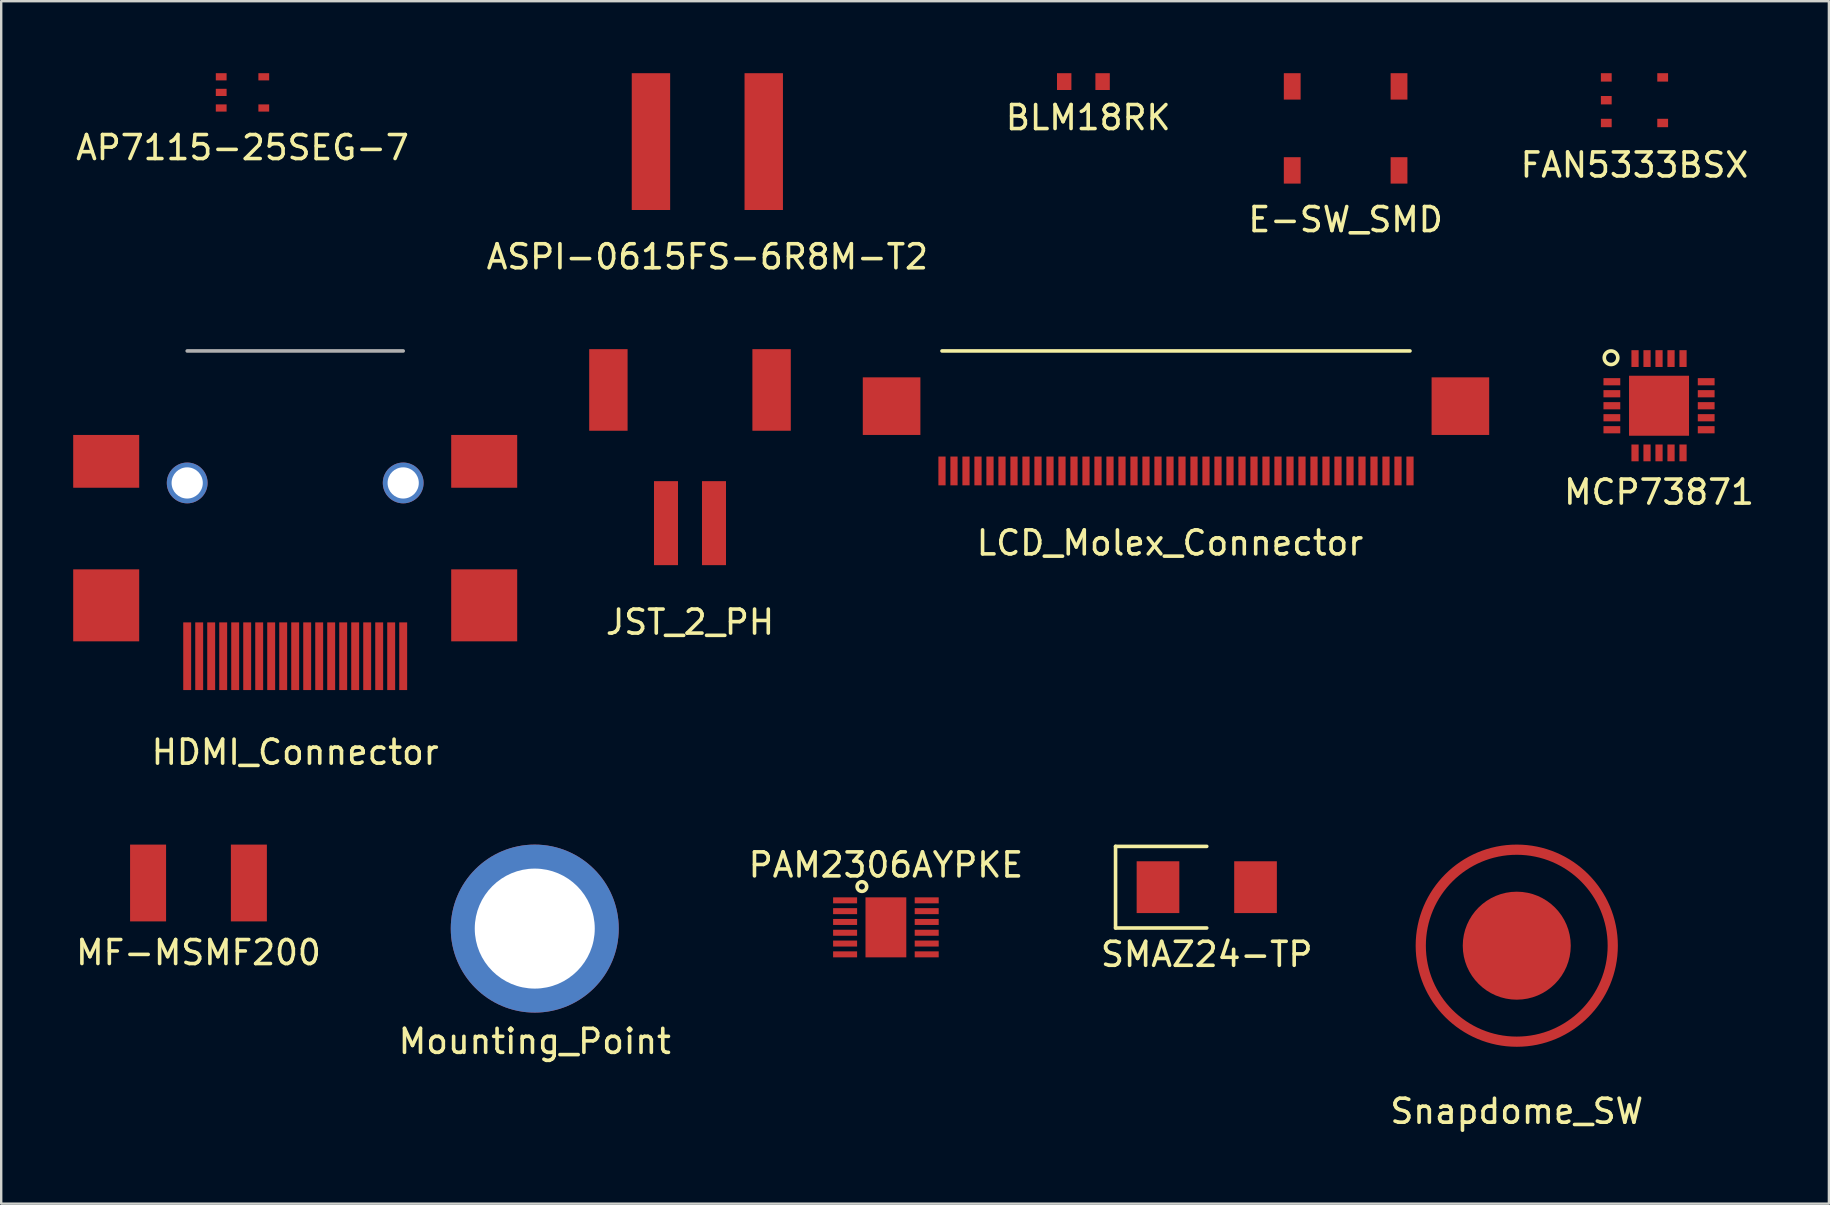
<source format=kicad_pcb>
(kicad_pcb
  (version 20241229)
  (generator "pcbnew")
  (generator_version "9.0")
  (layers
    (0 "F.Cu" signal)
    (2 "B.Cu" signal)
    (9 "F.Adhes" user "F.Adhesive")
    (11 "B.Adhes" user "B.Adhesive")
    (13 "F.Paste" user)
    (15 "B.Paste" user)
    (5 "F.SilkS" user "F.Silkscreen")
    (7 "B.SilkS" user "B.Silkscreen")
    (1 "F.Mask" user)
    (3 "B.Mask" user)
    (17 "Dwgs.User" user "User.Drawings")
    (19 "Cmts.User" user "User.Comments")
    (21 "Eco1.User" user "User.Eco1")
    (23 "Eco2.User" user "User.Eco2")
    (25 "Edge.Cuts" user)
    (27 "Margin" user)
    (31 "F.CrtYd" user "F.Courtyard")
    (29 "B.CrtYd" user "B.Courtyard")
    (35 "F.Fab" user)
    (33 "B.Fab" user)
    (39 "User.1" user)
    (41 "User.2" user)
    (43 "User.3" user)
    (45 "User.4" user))
  (footprint "FAN5333BSX"
    (layer "F.Cu")
    (at 65.054 1.125)
    (property "Reference" "FAN5333BSX" (at 0 2.7 0) (layer "F.SilkS") (effects (font (size 1 1) (thickness 0.15))))
    (attr through_hole)
    (pad "1" smd rect (at -1.175 -0.95) (size 0.45 0.35) (layers "F.Cu" "F.Mask" "F.Paste"))
    (pad "2" smd rect (at -1.175 0) (size 0.45 0.35) (layers "F.Cu" "F.Mask" "F.Paste"))
    (pad "3" smd rect (at -1.175 0.95) (size 0.45 0.35) (layers "F.Cu" "F.Mask" "F.Paste"))
    (pad "4" smd rect (at 1.175 0.95) (size 0.45 0.35) (layers "F.Cu" "F.Mask" "F.Paste"))
    (pad "5" smd rect (at 1.175 -0.95) (size 0.45 0.35) (layers "F.Cu" "F.Mask" "F.Paste")))
  (footprint "MCP73871"
    (layer "F.Cu")
    (at 66.077 13.856)
    (property "Reference" "MCP73871" (at 0 3.6 0) (layer "F.SilkS") (effects (font (size 1 1) (thickness 0.15))))
    (attr through_hole)
    (fp_circle (center -2 -2) (end -1.8 -1.8) (stroke (width 0.15) (type solid)) (fill no) (layer "F.SilkS"))
    (pad "1" smd rect (at -1.965 -1) (size 0.7 0.3) (layers "F.Cu" "F.Mask" "F.Paste"))
    (pad "2" smd rect (at -1.965 -0.5) (size 0.7 0.3) (layers "F.Cu" "F.Mask" "F.Paste"))
    (pad "3" smd rect (at -1.965 0) (size 0.7 0.3) (layers "F.Cu" "F.Mask" "F.Paste"))
    (pad "4" smd rect (at -1.965 0.5) (size 0.7 0.3) (layers "F.Cu" "F.Mask" "F.Paste"))
    (pad "5" smd rect (at -1.965 1) (size 0.7 0.3) (layers "F.Cu" "F.Mask" "F.Paste"))
    (pad "6" smd rect (at -1 1.965) (size 0.3 0.7) (layers "F.Cu" "F.Mask" "F.Paste"))
    (pad "7" smd rect (at -0.5 1.965) (size 0.3 0.7) (layers "F.Cu" "F.Mask" "F.Paste"))
    (pad "8" smd rect (at 0 1.965) (size 0.3 0.7) (layers "F.Cu" "F.Mask" "F.Paste"))
    (pad "9" smd rect (at 0.5 1.965) (size 0.3 0.7) (layers "F.Cu" "F.Mask" "F.Paste"))
    (pad "10" smd rect (at 1 1.965) (size 0.3 0.7) (layers "F.Cu" "F.Mask" "F.Paste"))
    (pad "11" smd rect (at 1.965 1) (size 0.7 0.3) (layers "F.Cu" "F.Mask" "F.Paste"))
    (pad "12" smd rect (at 1.965 0.5) (size 0.7 0.3) (layers "F.Cu" "F.Mask" "F.Paste"))
    (pad "13" smd rect (at 1.965 0) (size 0.7 0.3) (layers "F.Cu" "F.Mask" "F.Paste"))
    (pad "14" smd rect (at 1.965 -0.5) (size 0.7 0.3) (layers "F.Cu" "F.Mask" "F.Paste"))
    (pad "15" smd rect (at 1.965 -1) (size 0.7 0.3) (layers "F.Cu" "F.Mask" "F.Paste"))
    (pad "16" smd rect (at 1 -1.965) (size 0.3 0.7) (layers "F.Cu" "F.Mask" "F.Paste"))
    (pad "17" smd rect (at 0.5 -1.965) (size 0.3 0.7) (layers "F.Cu" "F.Mask" "F.Paste"))
    (pad "18" smd rect (at 0 -1.965) (size 0.3 0.7) (layers "F.Cu" "F.Mask" "F.Paste"))
    (pad "19" smd rect (at -0.5 -1.965) (size 0.3 0.7) (layers "F.Cu" "F.Mask" "F.Paste"))
    (pad "20" smd rect (at -1 -1.965) (size 0.3 0.7) (layers "F.Cu" "F.Mask" "F.Paste"))
    (pad "21" smd rect (at 0 0) (size 2.5 2.5) (layers "F.Cu" "F.Mask" "F.Paste")))
  (footprint "MF-MSMF200"
    (layer "F.Cu")
    (at 5.22 33.742)
    (property "Reference" "MF-MSMF200" (at 0 2.9 0) (layer "F.SilkS") (effects (font (size 1 1) (thickness 0.15))))
    (attr through_hole)
    (pad "1" smd rect (at -2.1 0) (size 1.5 3.2) (layers "F.Cu" "F.Mask" "F.Paste"))
    (pad "2" smd rect (at 2.1 0) (size 1.5 3.2) (layers "F.Cu" "F.Mask" "F.Paste")))
  (footprint "BLM18RK"
    (layer "F.Cu")
    (at 42.892 0.35)
    (property "Reference" "BLM18RK" (at -0.6 1.5 0) (layer "F.SilkS") (effects (font (size 1 1) (thickness 0.15))))
    (attr through_hole)
    (pad "1" smd rect (at 0 0) (size 0.6 0.7) (layers "F.Cu" "F.Mask" "F.Paste"))
    (pad "2" smd rect (at -1.6 0) (size 0.6 0.7) (layers "F.Cu" "F.Mask" "F.Paste")))
  (footprint "JST_2_PH"
    (layer "F.Cu")
    (at 25.7 15.973)
    (property "Reference" "JST_2_PH" (at 0 6.9 0) (layer "F.SilkS") (effects (font (size 1 1) (thickness 0.15))))
    (attr through_hole)
    (pad "" smd rect (at -3.4 -2.775) (size 1.6 3.4) (layers "F.Cu" "F.Mask" "F.Paste"))
    (pad "" smd rect (at 3.4 -2.775) (size 1.6 3.4) (layers "F.Cu" "F.Mask" "F.Paste"))
    (pad "1" smd rect (at 1 2.775) (size 1 3.5) (layers "F.Cu" "F.Mask" "F.Paste"))
    (pad "2" smd rect (at -1 2.775) (size 1 3.5) (layers "F.Cu" "F.Mask" "F.Paste")))
  (footprint "E-SW_SMD"
    (layer "F.Cu")
    (at 53.018 2.3)
    (property "Reference" "E-SW_SMD" (at 0 3.8 0) (layer "F.SilkS") (effects (font (size 1 1) (thickness 0.15))))
    (attr through_hole)
    (pad "1" smd rect (at -2.225 -1.75) (size 0.7 1.1) (layers "F.Cu" "F.Mask" "F.Paste"))
    (pad "1" smd rect (at 2.225 -1.75) (size 0.7 1.1) (layers "F.Cu" "F.Mask" "F.Paste"))
    (pad "2" smd rect (at -2.225 1.75) (size 0.7 1.1) (layers "F.Cu" "F.Mask" "F.Paste"))
    (pad "2" smd rect (at 2.225 1.75) (size 0.7 1.1) (layers "F.Cu" "F.Mask" "F.Paste")))
  (footprint "HDMI_Connector"
    (layer "F.Cu")
    (at 4.75 24.293)
    (property "Reference" "HDMI_Connector" (at 4.5 4 0) (layer "F.SilkS") (effects (font (size 1 1) (thickness 0.15))))
    (attr through_hole)
    (fp_line (start 0 -12.72) (end 9 -12.72) (stroke (width 0.15) (type solid)) (layer "F.Fab"))
    (pad "" smd rect (at -3.375 -8.12) (size 2.75 2.2) (layers "F.Cu" "F.Mask" "F.Paste"))
    (pad "" smd rect (at -3.375 -2.12) (size 2.75 3) (layers "F.Cu" "F.Mask" "F.Paste"))
    (pad "" thru_hole circle (at 0 -7.22) (size 1.7 1.7) (drill 1.3) (layers "*.Cu" "*.Mask"))
    (pad "" thru_hole circle (at 9 -7.22) (size 1.7 1.7) (drill 1.3) (layers "*.Cu" "*.Mask"))
    (pad "" smd rect (at 12.375 -8.12) (size 2.75 2.2) (layers "F.Cu" "F.Mask" "F.Paste"))
    (pad "" smd rect (at 12.375 -2.12) (size 2.75 3) (layers "F.Cu" "F.Mask" "F.Paste"))
    (pad "1" smd rect (at 0 0) (size 0.33 2.82) (layers "F.Cu" "F.Mask" "F.Paste"))
    (pad "2" smd rect (at 0.5 0) (size 0.33 2.82) (layers "F.Cu" "F.Mask" "F.Paste"))
    (pad "3" smd rect (at 1 0) (size 0.33 2.82) (layers "F.Cu" "F.Mask" "F.Paste"))
    (pad "4" smd rect (at 1.5 0) (size 0.33 2.82) (layers "F.Cu" "F.Mask" "F.Paste"))
    (pad "5" smd rect (at 2 0) (size 0.33 2.82) (layers "F.Cu" "F.Mask" "F.Paste"))
    (pad "6" smd rect (at 2.5 0) (size 0.33 2.82) (layers "F.Cu" "F.Mask" "F.Paste"))
    (pad "7" smd rect (at 3 0) (size 0.33 2.82) (layers "F.Cu" "F.Mask" "F.Paste"))
    (pad "8" smd rect (at 3.5 0) (size 0.33 2.82) (layers "F.Cu" "F.Mask" "F.Paste"))
    (pad "9" smd rect (at 4 0) (size 0.33 2.82) (layers "F.Cu" "F.Mask" "F.Paste"))
    (pad "10" smd rect (at 4.5 0) (size 0.33 2.82) (layers "F.Cu" "F.Mask" "F.Paste"))
    (pad "11" smd rect (at 5 0) (size 0.33 2.82) (layers "F.Cu" "F.Mask" "F.Paste"))
    (pad "12" smd rect (at 5.5 0) (size 0.33 2.82) (layers "F.Cu" "F.Mask" "F.Paste"))
    (pad "13" smd rect (at 6 0) (size 0.33 2.82) (layers "F.Cu" "F.Mask" "F.Paste"))
    (pad "14" smd rect (at 6.5 0) (size 0.33 2.82) (layers "F.Cu" "F.Mask" "F.Paste"))
    (pad "15" smd rect (at 7 0) (size 0.33 2.82) (layers "F.Cu" "F.Mask" "F.Paste"))
    (pad "16" smd rect (at 7.5 0) (size 0.33 2.82) (layers "F.Cu" "F.Mask" "F.Paste"))
    (pad "17" smd rect (at 8 0) (size 0.33 2.82) (layers "F.Cu" "F.Mask" "F.Paste"))
    (pad "18" smd rect (at 8.5 0) (size 0.33 2.82) (layers "F.Cu" "F.Mask" "F.Paste"))
    (pad "19" smd rect (at 9 0) (size 0.33 2.82) (layers "F.Cu" "F.Mask" "F.Paste")))
  (footprint "ASPI-0615FS-6R8M-T2"
    (layer "F.Cu")
    (at 26.423 2.85)
    (property "Reference" "ASPI-0615FS-6R8M-T2" (at 0 4.8 0) (layer "F.SilkS") (effects (font (size 1 1) (thickness 0.15))))
    (attr through_hole)
    (pad "1" smd rect (at -2.35 0) (size 1.6 5.7) (layers "F.Cu" "F.Mask" "F.Paste"))
    (pad "2" smd rect (at 2.35 0) (size 1.6 5.7) (layers "F.Cu" "F.Mask" "F.Paste")))
  (footprint "SMAZ24-TP"
    (layer "F.Cu")
    (at 47.232 33.916)
    (property "Reference" "SMAZ24-TP" (at 0 2.8 0) (layer "F.SilkS") (effects (font (size 1 1) (thickness 0.15))))
    (attr through_hole)
    (fp_line (start -3.8 -1.7) (end -3.8 1.7) (stroke (width 0.15) (type solid)) (layer "F.SilkS"))
    (fp_line (start -3.8 1.7) (end 0 1.7) (stroke (width 0.15) (type solid)) (layer "F.SilkS"))
    (fp_line (start 0 -1.7) (end -3.8 -1.7) (stroke (width 0.15) (type solid)) (layer "F.SilkS"))
    (pad "1" smd rect (at -2.032 0) (size 1.778 2.159) (layers "F.Cu" "F.Mask" "F.Paste"))
    (pad "2" smd rect (at 2.032 0) (size 1.778 2.159) (layers "F.Cu" "F.Mask" "F.Paste")))
  (footprint "Mounting_Point"
    (layer "F.Cu")
    (at 19.232 35.642)
    (property "Reference" "Mounting_Point" (at 0 4.7 0) (layer "F.SilkS") (effects (font (size 1 1) (thickness 0.15))))
    (attr through_hole)
    (pad "1" thru_hole circle (at 0 0) (size 7 7) (drill 5) (layers "*.Cu" "*.Mask")))
  (footprint "Snapdome_SW"
    (layer "F.Cu")
    (at 60.149 36.354)
    (property "Reference" "Snapdome_SW" (at 0 6.9 0) (layer "F.SilkS") (effects (font (size 1 1) (thickness 0.15))))
    (attr through_hole)
    (fp_circle (center 0 0) (end 4 0) (stroke (width 0.425) (type solid)) (fill no) (layer "F.Cu"))
    (fp_circle (center 0 0) (end 4 0) (stroke (width 0.425) (type solid)) (fill no) (layer "F.Mask"))
    (fp_circle (center 0 0) (end 4 0) (stroke (width 0.425) (type solid)) (fill no) (layer "F.Paste"))
    (pad "1" smd circle (at 0 -4) (size 0.2 0.2) (layers "F.Cu" "F.Mask" "F.Paste"))
    (pad "2" smd circle (at 0 0) (size 4.5 4.5) (layers "F.Cu" "F.Mask" "F.Paste")))
  (footprint "LCD_Molex_Connector"
    (layer "F.Cu")
    (at 55.7 16.573)
    (property "Reference" "LCD_Molex_Connector" (at -10 3 0) (layer "F.SilkS") (effects (font (size 1 1) (thickness 0.15))))
    (attr through_hole)
    (fp_line (start -19.5 -5) (end 0 -5) (stroke (width 0.15) (type solid)) (layer "F.SilkS"))
    (pad "" smd rect (at -21.6 -2.7) (size 2.4 2.4) (layers "F.Cu" "F.Mask" "F.Paste"))
    (pad "" smd rect (at 2.1 -2.7) (size 2.4 2.4) (layers "F.Cu" "F.Mask" "F.Paste"))
    (pad "1" smd rect (at -19.5 0) (size 0.3 1.2) (layers "F.Cu" "F.Mask" "F.Paste"))
    (pad "2" smd rect (at -19 0) (size 0.3 1.2) (layers "F.Cu" "F.Mask" "F.Paste"))
    (pad "3" smd rect (at -18.5 0) (size 0.3 1.2) (layers "F.Cu" "F.Mask" "F.Paste"))
    (pad "4" smd rect (at -18 0) (size 0.3 1.2) (layers "F.Cu" "F.Mask" "F.Paste"))
    (pad "5" smd rect (at -17.5 0) (size 0.3 1.2) (layers "F.Cu" "F.Mask" "F.Paste"))
    (pad "6" smd rect (at -17 0) (size 0.3 1.2) (layers "F.Cu" "F.Mask" "F.Paste"))
    (pad "7" smd rect (at -16.5 0) (size 0.3 1.2) (layers "F.Cu" "F.Mask" "F.Paste"))
    (pad "8" smd rect (at -16 0) (size 0.3 1.2) (layers "F.Cu" "F.Mask" "F.Paste"))
    (pad "9" smd rect (at -15.5 0) (size 0.3 1.2) (layers "F.Cu" "F.Mask" "F.Paste"))
    (pad "10" smd rect (at -15 0) (size 0.3 1.2) (layers "F.Cu" "F.Mask" "F.Paste"))
    (pad "11" smd rect (at -14.5 0) (size 0.3 1.2) (layers "F.Cu" "F.Mask" "F.Paste"))
    (pad "12" smd rect (at -14 0) (size 0.3 1.2) (layers "F.Cu" "F.Mask" "F.Paste"))
    (pad "13" smd rect (at -13.5 0) (size 0.3 1.2) (layers "F.Cu" "F.Mask" "F.Paste"))
    (pad "14" smd rect (at -13 0) (size 0.3 1.2) (layers "F.Cu" "F.Mask" "F.Paste"))
    (pad "15" smd rect (at -12.5 0) (size 0.3 1.2) (layers "F.Cu" "F.Mask" "F.Paste"))
    (pad "16" smd rect (at -12 0) (size 0.3 1.2) (layers "F.Cu" "F.Mask" "F.Paste"))
    (pad "17" smd rect (at -11.5 0) (size 0.3 1.2) (layers "F.Cu" "F.Mask" "F.Paste"))
    (pad "18" smd rect (at -11 0) (size 0.3 1.2) (layers "F.Cu" "F.Mask" "F.Paste"))
    (pad "19" smd rect (at -10.5 0) (size 0.3 1.2) (layers "F.Cu" "F.Mask" "F.Paste"))
    (pad "20" smd rect (at -10 0) (size 0.3 1.2) (layers "F.Cu" "F.Mask" "F.Paste"))
    (pad "21" smd rect (at -9.5 0) (size 0.3 1.2) (layers "F.Cu" "F.Mask" "F.Paste"))
    (pad "22" smd rect (at -9 0) (size 0.3 1.2) (layers "F.Cu" "F.Mask" "F.Paste"))
    (pad "23" smd rect (at -8.5 0) (size 0.3 1.2) (layers "F.Cu" "F.Mask" "F.Paste"))
    (pad "24" smd rect (at -8 0) (size 0.3 1.2) (layers "F.Cu" "F.Mask" "F.Paste"))
    (pad "25" smd rect (at -7.5 0) (size 0.3 1.2) (layers "F.Cu" "F.Mask" "F.Paste"))
    (pad "26" smd rect (at -7 0) (size 0.3 1.2) (layers "F.Cu" "F.Mask" "F.Paste"))
    (pad "27" smd rect (at -6.5 0) (size 0.3 1.2) (layers "F.Cu" "F.Mask" "F.Paste"))
    (pad "28" smd rect (at -6 0) (size 0.3 1.2) (layers "F.Cu" "F.Mask" "F.Paste"))
    (pad "29" smd rect (at -5.5 0) (size 0.3 1.2) (layers "F.Cu" "F.Mask" "F.Paste"))
    (pad "30" smd rect (at -5 0) (size 0.3 1.2) (layers "F.Cu" "F.Mask" "F.Paste"))
    (pad "31" smd rect (at -4.5 0) (size 0.3 1.2) (layers "F.Cu" "F.Mask" "F.Paste"))
    (pad "32" smd rect (at -4 0) (size 0.3 1.2) (layers "F.Cu" "F.Mask" "F.Paste"))
    (pad "33" smd rect (at -3.5 0) (size 0.3 1.2) (layers "F.Cu" "F.Mask" "F.Paste"))
    (pad "34" smd rect (at -3 0) (size 0.3 1.2) (layers "F.Cu" "F.Mask" "F.Paste"))
    (pad "35" smd rect (at -2.5 0) (size 0.3 1.2) (layers "F.Cu" "F.Mask" "F.Paste"))
    (pad "36" smd rect (at -2 0) (size 0.3 1.2) (layers "F.Cu" "F.Mask" "F.Paste"))
    (pad "37" smd rect (at -1.5 0) (size 0.3 1.2) (layers "F.Cu" "F.Mask" "F.Paste"))
    (pad "38" smd rect (at -1 0) (size 0.3 1.2) (layers "F.Cu" "F.Mask" "F.Paste"))
    (pad "39" smd rect (at -0.5 0) (size 0.3 1.2) (layers "F.Cu" "F.Mask" "F.Paste"))
    (pad "40" smd rect (at 0 0) (size 0.3 1.2) (layers "F.Cu" "F.Mask" "F.Paste")))
  (footprint "PAM2306AYPKE"
    (layer "F.Cu")
    (at 33.863 35.59)
    (property "Reference" "PAM2306AYPKE" (at 0 -2.6 0) (layer "F.SilkS") (effects (font (size 1 1) (thickness 0.15))))
    (attr through_hole)
    (fp_circle (center -1 -1.7) (end -0.8 -1.7) (stroke (width 0.15) (type solid)) (fill no) (layer "F.SilkS"))
    (pad "1" smd rect (at -1.7 -1.125) (size 1 0.25) (layers "F.Cu" "F.Mask" "F.Paste"))
    (pad "2" smd rect (at -1.7 -0.675) (size 1 0.25) (layers "F.Cu" "F.Mask" "F.Paste"))
    (pad "3" smd rect (at -1.7 -0.225) (size 1 0.25) (layers "F.Cu" "F.Mask" "F.Paste"))
    (pad "4" smd rect (at -1.7 0.225) (size 1 0.25) (layers "F.Cu" "F.Mask" "F.Paste"))
    (pad "5" smd rect (at -1.7 0.675) (size 1 0.25) (layers "F.Cu" "F.Mask" "F.Paste"))
    (pad "6" smd rect (at -1.7 1.125) (size 1 0.25) (layers "F.Cu" "F.Mask" "F.Paste"))
    (pad "7" smd rect (at 1.7 1.125) (size 1 0.25) (layers "F.Cu" "F.Mask" "F.Paste"))
    (pad "8" smd rect (at 1.7 0.675) (size 1 0.25) (layers "F.Cu" "F.Mask" "F.Paste"))
    (pad "9" smd rect (at 1.7 0.225) (size 1 0.25) (layers "F.Cu" "F.Mask" "F.Paste"))
    (pad "10" smd rect (at 1.7 -0.225) (size 1 0.25) (layers "F.Cu" "F.Mask" "F.Paste"))
    (pad "11" smd rect (at 1.7 -0.675) (size 1 0.25) (layers "F.Cu" "F.Mask" "F.Paste"))
    (pad "12" smd rect (at 1.7 -1.125) (size 1 0.25) (layers "F.Cu" "F.Mask" "F.Paste"))
    (pad "13" smd rect (at 0 0) (size 1.7 2.5) (layers "F.Cu" "F.Mask" "F.Paste")))
  (footprint "AP7115-25SEG-7"
    (layer "F.Cu")
    (at 7.054 0.8)
    (property "Reference" "AP7115-25SEG-7" (at 0 2.3 0) (layer "F.SilkS") (effects (font (size 1 1) (thickness 0.15))))
    (attr through_hole)
    (pad "1" smd rect (at -0.887 -0.65) (size 0.45 0.3) (layers "F.Cu" "F.Mask" "F.Paste"))
    (pad "2" smd rect (at -0.887 0) (size 0.45 0.3) (layers "F.Cu" "F.Mask" "F.Paste"))
    (pad "3" smd rect (at -0.887 0.65) (size 0.45 0.3) (layers "F.Cu" "F.Mask" "F.Paste"))
    (pad "4" smd rect (at 0.887 0.65) (size 0.45 0.3) (layers "F.Cu" "F.Mask" "F.Paste"))
    (pad "5" smd rect (at 0.887 -0.65) (size 0.45 0.3) (layers "F.Cu" "F.Mask" "F.Paste")))
  (gr_rect
    (start -3 -3)
    (end 73.155 47.102)
    (stroke (width 0.1) (type default))
    (fill no)
    (layer "Edge.Cuts")))
</source>
